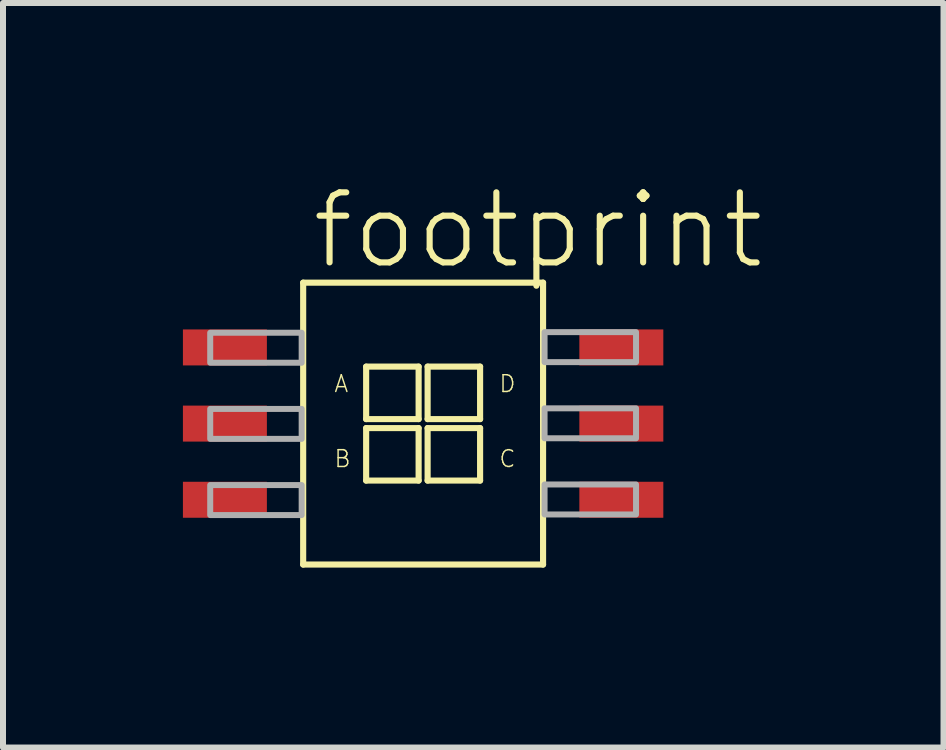
<source format=kicad_pcb>
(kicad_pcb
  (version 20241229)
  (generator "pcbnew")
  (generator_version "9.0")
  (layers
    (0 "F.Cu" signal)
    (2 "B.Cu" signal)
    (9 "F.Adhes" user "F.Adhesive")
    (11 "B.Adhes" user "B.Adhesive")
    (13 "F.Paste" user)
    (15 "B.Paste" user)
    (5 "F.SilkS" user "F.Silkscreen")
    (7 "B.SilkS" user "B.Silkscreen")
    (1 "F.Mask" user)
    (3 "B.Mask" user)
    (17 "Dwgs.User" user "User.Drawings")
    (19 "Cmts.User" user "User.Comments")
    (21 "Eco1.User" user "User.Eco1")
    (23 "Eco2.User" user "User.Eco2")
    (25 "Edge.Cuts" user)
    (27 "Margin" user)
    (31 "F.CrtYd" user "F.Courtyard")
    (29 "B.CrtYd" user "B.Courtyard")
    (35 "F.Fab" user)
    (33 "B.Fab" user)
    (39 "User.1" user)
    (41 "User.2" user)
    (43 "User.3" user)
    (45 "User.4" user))
  (footprint "footprint"
    (layer "F.Cu")
    (at 4.005 4.013)
    (property "Reference" "footprint" (at -1.905 -2.54 0) (layer "F.SilkS") (effects (font (size 1.168 1.168) (thickness 0.102)) (justify left bottom)))
    (fp_line (start -2 -2.35) (end 2 -2.35) (stroke (width 0.102) (type solid)) (layer "F.SilkS"))
    (fp_line (start -2 2.35) (end -2 -2.35) (stroke (width 0.102) (type solid)) (layer "F.SilkS"))
    (fp_line (start -0.95 -0.95) (end -0.075 -0.95) (stroke (width 0.102) (type solid)) (layer "F.SilkS"))
    (fp_line (start -0.95 -0.075) (end -0.95 -0.95) (stroke (width 0.102) (type solid)) (layer "F.SilkS"))
    (fp_line (start -0.95 0.075) (end -0.075 0.075) (stroke (width 0.102) (type solid)) (layer "F.SilkS"))
    (fp_line (start -0.95 0.95) (end -0.95 0.075) (stroke (width 0.102) (type solid)) (layer "F.SilkS"))
    (fp_line (start -0.075 -0.95) (end -0.075 -0.075) (stroke (width 0.102) (type solid)) (layer "F.SilkS"))
    (fp_line (start -0.075 -0.075) (end -0.95 -0.075) (stroke (width 0.102) (type solid)) (layer "F.SilkS"))
    (fp_line (start -0.075 0.075) (end -0.075 0.95) (stroke (width 0.102) (type solid)) (layer "F.SilkS"))
    (fp_line (start -0.075 0.95) (end -0.95 0.95) (stroke (width 0.102) (type solid)) (layer "F.SilkS"))
    (fp_line (start 0.075 -0.95) (end 0.95 -0.95) (stroke (width 0.102) (type solid)) (layer "F.SilkS"))
    (fp_line (start 0.075 -0.075) (end 0.075 -0.95) (stroke (width 0.102) (type solid)) (layer "F.SilkS"))
    (fp_line (start 0.075 0.075) (end 0.95 0.075) (stroke (width 0.102) (type solid)) (layer "F.SilkS"))
    (fp_line (start 0.075 0.95) (end 0.075 0.075) (stroke (width 0.102) (type solid)) (layer "F.SilkS"))
    (fp_line (start 0.95 -0.95) (end 0.95 -0.075) (stroke (width 0.102) (type solid)) (layer "F.SilkS"))
    (fp_line (start 0.95 -0.075) (end 0.075 -0.075) (stroke (width 0.102) (type solid)) (layer "F.SilkS"))
    (fp_line (start 0.95 0.075) (end 0.95 0.95) (stroke (width 0.102) (type solid)) (layer "F.SilkS"))
    (fp_line (start 0.95 0.95) (end 0.075 0.95) (stroke (width 0.102) (type solid)) (layer "F.SilkS"))
    (fp_line (start 2 -2.35) (end 2 2.35) (stroke (width 0.102) (type solid)) (layer "F.SilkS"))
    (fp_line (start 2 2.35) (end -2 2.35) (stroke (width 0.102) (type solid)) (layer "F.SilkS"))
    (fp_poly (pts (xy -3.55 -1.015) (xy -2.025 -1.015) (xy -2.025 -1.515) (xy -3.55 -1.515)) (stroke (width 0.1) (type solid)) (fill no) (layer "F.Fab"))
    (fp_poly (pts (xy -3.55 0.255) (xy -2.025 0.255) (xy -2.025 -0.245) (xy -3.55 -0.245)) (stroke (width 0.1) (type solid)) (fill no) (layer "F.Fab"))
    (fp_poly (pts (xy -3.55 1.525) (xy -2.025 1.525) (xy -2.025 1.025) (xy -3.55 1.025)) (stroke (width 0.1) (type solid)) (fill no) (layer "F.Fab"))
    (fp_poly (pts (xy 3.55 -1.525) (xy 2.025 -1.525) (xy 2.025 -1.025) (xy 3.55 -1.025)) (stroke (width 0.1) (type solid)) (fill no) (layer "F.Fab"))
    (fp_poly (pts (xy 3.55 -0.255) (xy 2.025 -0.255) (xy 2.025 0.245) (xy 3.55 0.245)) (stroke (width 0.1) (type solid)) (fill no) (layer "F.Fab"))
    (fp_poly (pts (xy 3.55 1.015) (xy 2.025 1.015) (xy 2.025 1.515) (xy 3.55 1.515)) (stroke (width 0.1) (type solid)) (fill no) (layer "F.Fab"))
    (fp_text user "C" (at 1.25 0.75 0) (layer "F.SilkS") (effects (font (size 0.28 0.28) (thickness 0.024)) (justify left bottom)))
    (fp_text user "A" (at -1.5 -0.5 0) (layer "F.SilkS") (effects (font (size 0.28 0.28) (thickness 0.024)) (justify left bottom)))
    (fp_text user "B" (at -1.5 0.75 0) (layer "F.SilkS") (effects (font (size 0.28 0.28) (thickness 0.024)) (justify left bottom)))
    (fp_text user "D" (at 1.25 -0.5 0) (layer "F.SilkS") (effects (font (size 0.28 0.28) (thickness 0.024)) (justify left bottom)))
    (pad "1" smd rect (at -3.305 -1.27) (size 1.4 0.6) (layers "F.Cu" "F.Mask" "F.Paste"))
    (pad "2" smd rect (at -3.305 0) (size 1.4 0.6) (layers "F.Cu" "F.Mask" "F.Paste"))
    (pad "3" smd rect (at -3.305 1.27) (size 1.4 0.6) (layers "F.Cu" "F.Mask" "F.Paste"))
    (pad "4" smd rect (at 3.305 1.27) (size 1.4 0.6) (layers "F.Cu" "F.Mask" "F.Paste"))
    (pad "5" smd rect (at 3.305 0) (size 1.4 0.6) (layers "F.Cu" "F.Mask" "F.Paste"))
    (pad "6" smd rect (at 3.305 -1.27) (size 1.4 0.6) (layers "F.Cu" "F.Mask" "F.Paste")))
  (gr_rect
    (start -3 -3)
    (end 12.682 9.414)
    (stroke (width 0.1) (type default))
    (fill no)
    (layer "Edge.Cuts")))
</source>
